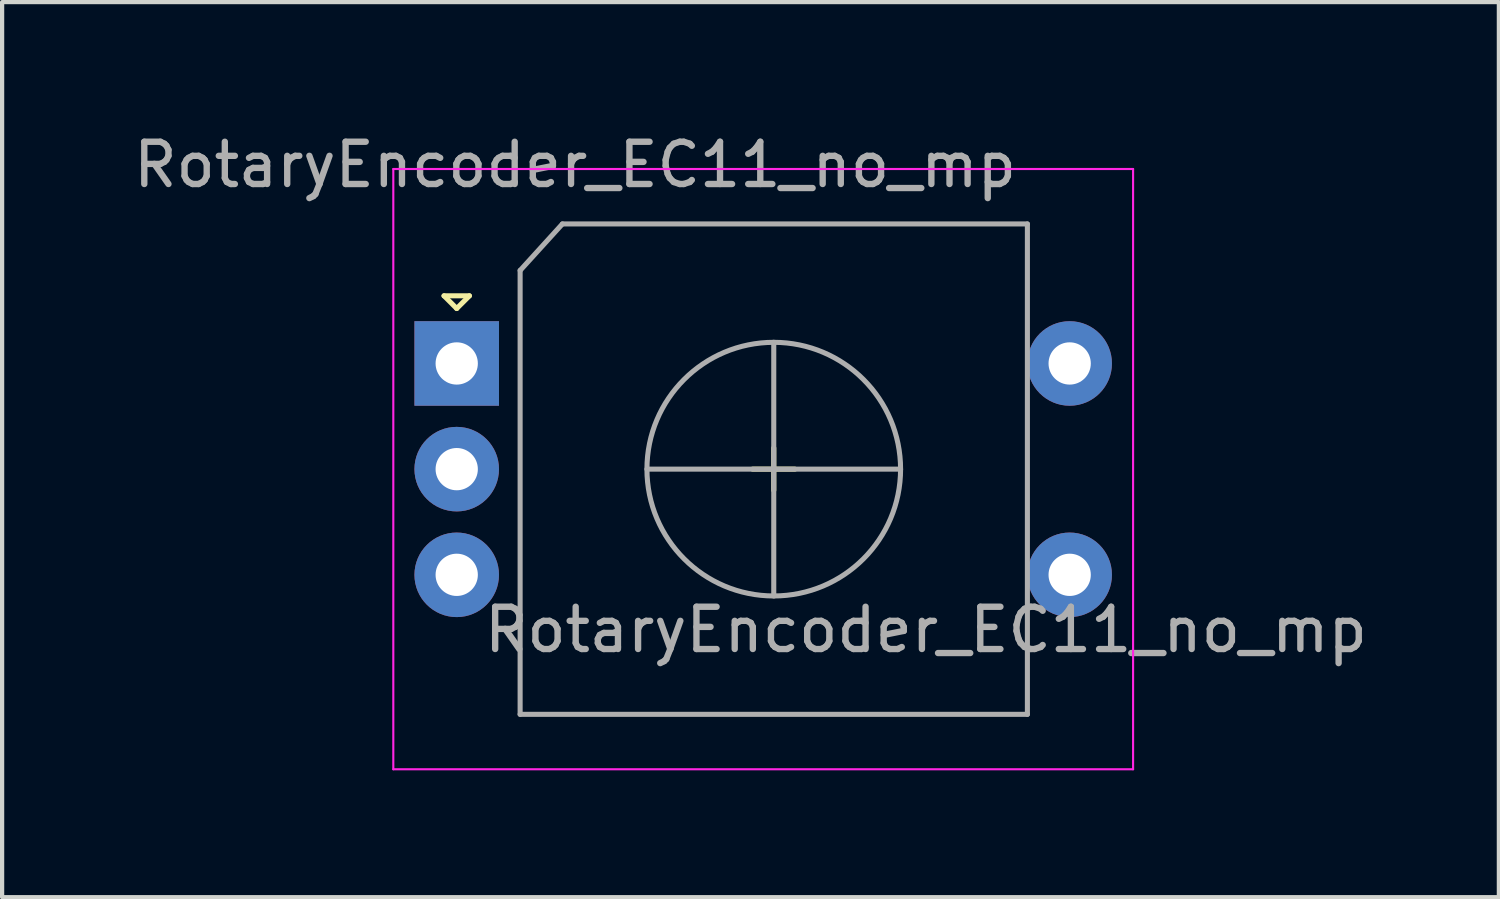
<source format=kicad_pcb>
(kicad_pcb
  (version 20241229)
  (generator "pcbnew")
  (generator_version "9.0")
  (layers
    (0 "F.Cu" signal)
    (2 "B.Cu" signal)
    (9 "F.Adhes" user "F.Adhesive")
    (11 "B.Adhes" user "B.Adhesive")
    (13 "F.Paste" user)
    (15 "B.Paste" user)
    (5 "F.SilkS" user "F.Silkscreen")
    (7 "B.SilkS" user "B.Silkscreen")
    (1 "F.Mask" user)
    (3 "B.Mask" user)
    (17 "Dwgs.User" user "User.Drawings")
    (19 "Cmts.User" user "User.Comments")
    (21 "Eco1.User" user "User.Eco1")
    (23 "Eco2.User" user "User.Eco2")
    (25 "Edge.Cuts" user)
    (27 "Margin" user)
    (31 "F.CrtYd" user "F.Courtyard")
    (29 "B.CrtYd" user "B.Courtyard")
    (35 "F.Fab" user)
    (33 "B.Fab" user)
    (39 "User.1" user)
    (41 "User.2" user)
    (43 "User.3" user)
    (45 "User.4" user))
  (footprint "RotaryEncoder_EC11_no_mp"
    (layer "F.Cu")
    (at 15.254 8.048)
    (property "Reference" "RotaryEncoder_EC11_no_mp" (at -4.7 -7.2 0) (layer "F.Fab") (effects (font (size 1 1) (thickness 0.15))))
    (attr through_hole)
    (fp_line (start -7.8 -4.1) (end -7.2 -4.1) (stroke (width 0.12) (type solid)) (layer "F.SilkS"))
    (fp_line (start -7.5 -3.8) (end -7.8 -4.1) (stroke (width 0.12) (type solid)) (layer "F.SilkS"))
    (fp_line (start -7.2 -4.1) (end -7.5 -3.8) (stroke (width 0.12) (type solid)) (layer "F.SilkS"))
    (fp_line (start -0.5 0) (end 0.5 0) (stroke (width 0.12) (type solid)) (layer "F.SilkS"))
    (fp_line (start 0 -0.5) (end 0 0.5) (stroke (width 0.12) (type solid)) (layer "F.SilkS"))
    (fp_line (start -9 -7.1) (end -9 7.1) (stroke (width 0.05) (type solid)) (layer "F.CrtYd"))
    (fp_line (start -9 -7.1) (end 8.5 -7.1) (stroke (width 0.05) (type solid)) (layer "F.CrtYd"))
    (fp_line (start 8.5 7.1) (end -9 7.1) (stroke (width 0.05) (type solid)) (layer "F.CrtYd"))
    (fp_line (start 8.5 7.1) (end 8.5 -7.1) (stroke (width 0.05) (type solid)) (layer "F.CrtYd"))
    (fp_line (start -6 -4.7) (end -5 -5.8) (stroke (width 0.12) (type solid)) (layer "F.Fab"))
    (fp_line (start -6 5.8) (end -6 -4.7) (stroke (width 0.12) (type solid)) (layer "F.Fab"))
    (fp_line (start -5 -5.8) (end 6 -5.8) (stroke (width 0.12) (type solid)) (layer "F.Fab"))
    (fp_line (start -3 0) (end 3 0) (stroke (width 0.12) (type solid)) (layer "F.Fab"))
    (fp_line (start 0 -3) (end 0 3) (stroke (width 0.12) (type solid)) (layer "F.Fab"))
    (fp_line (start 6 -5.8) (end 6 5.8) (stroke (width 0.12) (type solid)) (layer "F.Fab"))
    (fp_line (start 6 5.8) (end -6 5.8) (stroke (width 0.12) (type solid)) (layer "F.Fab"))
    (fp_circle (center 0 0) (end 3 0) (stroke (width 0.12) (type solid)) (fill no) (layer "F.Fab"))
    (fp_text user "${REFERENCE}" (at 3.6 3.8 0) (layer "F.Fab") (effects (font (size 1 1) (thickness 0.15))))
    (pad "A" thru_hole rect (at -7.5 -2.5) (size 2 2) (drill 1) (layers "*.Cu" "B.Mask"))
    (pad "B" thru_hole circle (at -7.5 2.5) (size 2 2) (drill 1) (layers "*.Cu" "B.Mask"))
    (pad "C" thru_hole circle (at -7.5 0) (size 2 2) (drill 1) (layers "*.Cu" "B.Mask"))
    (pad "S1" thru_hole circle (at 7 2.5) (size 2 2) (drill 1) (layers "*.Cu" "B.Mask"))
    (pad "S2" thru_hole circle (at 7 -2.5) (size 2 2) (drill 1) (layers "*.Cu" "B.Mask")))
  (gr_rect
    (start -3 -3)
    (end 32.407 18.173)
    (stroke (width 0.1) (type default))
    (fill no)
    (layer "Edge.Cuts")))
</source>
